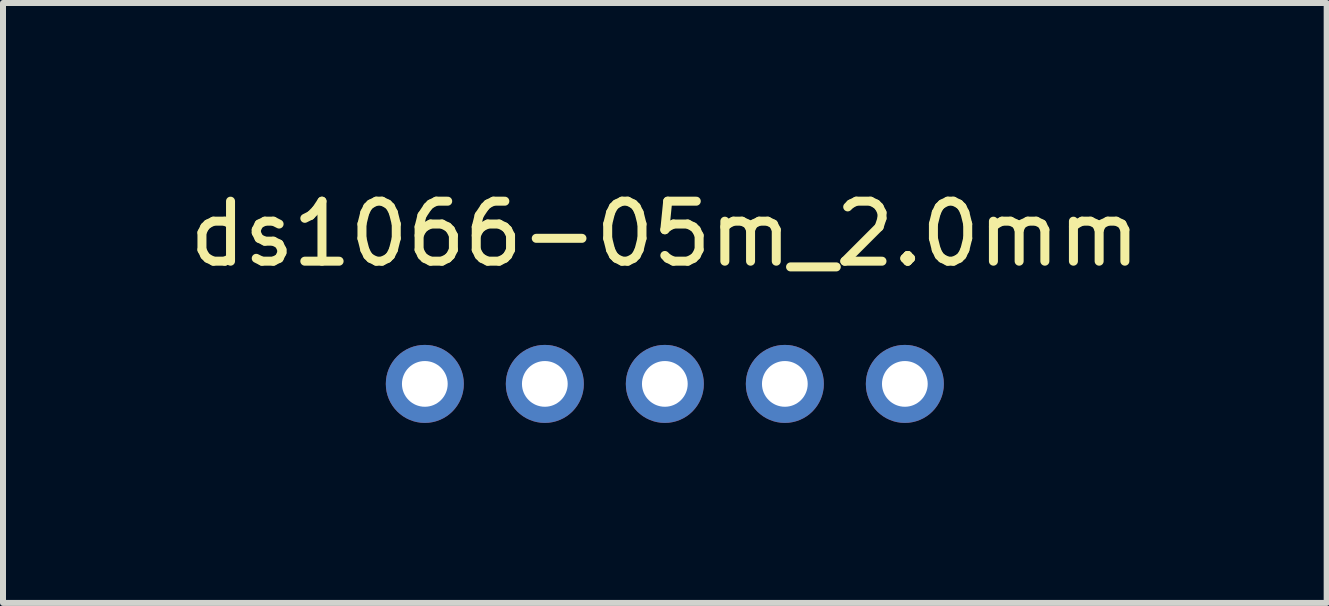
<source format=kicad_pcb>
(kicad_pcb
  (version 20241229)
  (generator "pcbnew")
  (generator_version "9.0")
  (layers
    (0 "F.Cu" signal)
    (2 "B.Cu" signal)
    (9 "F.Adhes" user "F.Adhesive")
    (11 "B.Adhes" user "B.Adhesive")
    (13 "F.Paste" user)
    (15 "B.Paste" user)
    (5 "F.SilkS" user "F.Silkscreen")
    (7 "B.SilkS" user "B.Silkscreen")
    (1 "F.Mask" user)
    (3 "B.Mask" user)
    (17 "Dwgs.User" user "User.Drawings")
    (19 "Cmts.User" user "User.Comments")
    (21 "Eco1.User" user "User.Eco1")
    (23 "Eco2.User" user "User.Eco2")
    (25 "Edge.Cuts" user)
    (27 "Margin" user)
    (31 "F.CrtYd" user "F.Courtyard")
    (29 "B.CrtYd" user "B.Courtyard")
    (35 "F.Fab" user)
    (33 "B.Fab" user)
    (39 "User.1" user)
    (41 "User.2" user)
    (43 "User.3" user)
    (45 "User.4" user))
  (footprint "ds1066-05m_2.0mm"
    (layer "F.Cu")
    (at 8.03 0.348)
    (property "Reference" "ds1066-05m_2.0mm" (at 0 0.5 0) (layer "F.SilkS") (effects (font (size 1 1) (thickness 0.15))))
    (attr through_hole)
    (pad "1" thru_hole circle (at -4 3) (size 1.3 1.3) (drill 0.762) (layers "*.Cu" "*.Mask"))
    (pad "2" thru_hole circle (at -2 3) (size 1.3 1.3) (drill 0.762) (layers "*.Cu" "*.Mask"))
    (pad "3" thru_hole circle (at 0 3) (size 1.3 1.3) (drill 0.762) (layers "*.Cu" "*.Mask"))
    (pad "4" thru_hole circle (at 2 3) (size 1.3 1.3) (drill 0.762) (layers "*.Cu" "*.Mask"))
    (pad "5" thru_hole circle (at 4 3) (size 1.3 1.3) (drill 0.762) (layers "*.Cu" "*.Mask")))
  (gr_rect
    (start -3 -3)
    (end 19.06 6.998)
    (stroke (width 0.1) (type default))
    (fill no)
    (layer "Edge.Cuts")))
</source>
